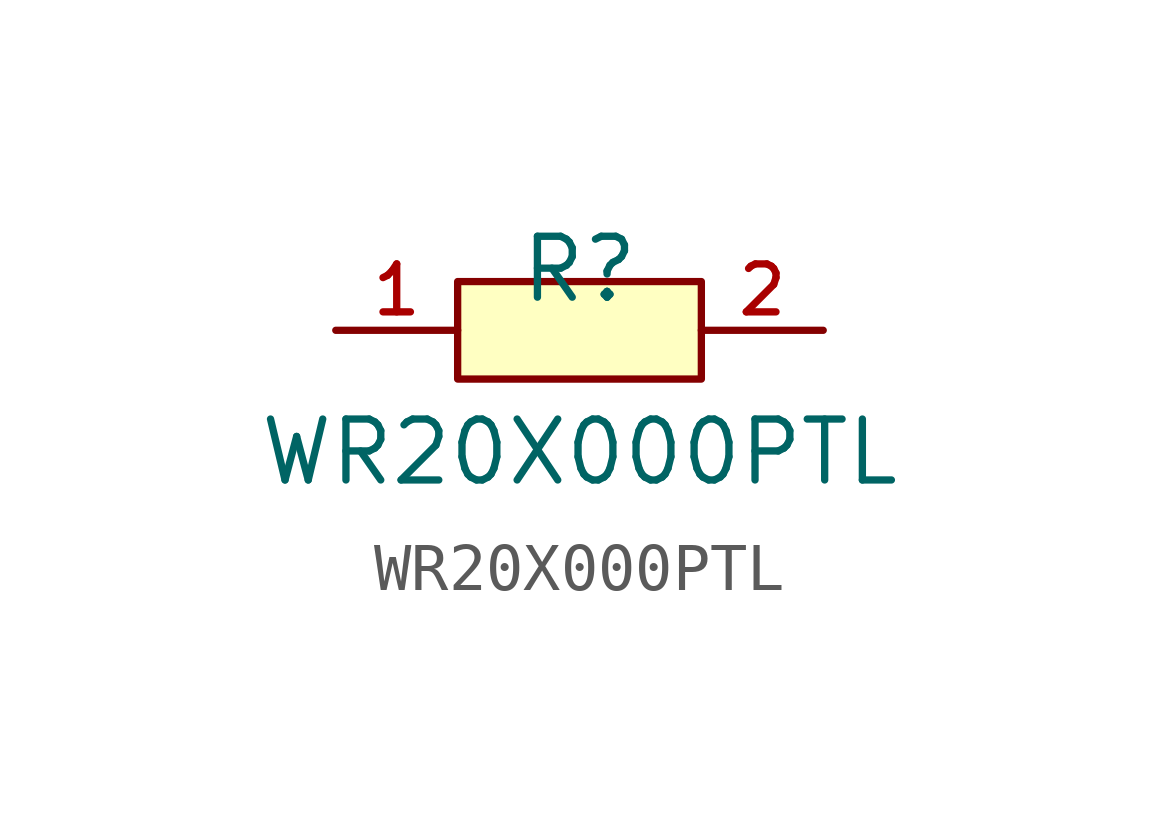
<source format=kicad_sym>
(kicad_symbol_lib
  (version 20210201)
  (generator TousstNicolas/JLC2KiCad_lib)
  (symbol "WR20X000PTL"
    (pin_names hide)
    (property "Reference" "R"
      (at 0 1.27 0)
      (effects (font (size 1.27 1.27))))
    (property "Value" "WR20X000PTL"
      (at 0 -2.54 0)
      (effects (font (size 1.27 1.27))))
    (symbol "WR20X000PTL_0_1"
      (rectangle (start -2.54 1.016) (end 2.54 -1.016) (stroke (width 0) (type default) (color 0 0 0 0)) (fill (type background)))
      (pin unspecified line (at 5.08 -0.0 180) (length 2.54) (name "2" (effects (font (size 1 1)))) (number "2" (effects (font (size 1 1)))))
      (pin unspecified line (at -5.08 -0.0 0) (length 2.54) (name "1" (effects (font (size 1 1)))) (number "1" (effects (font (size 1 1))))))))
</source>
